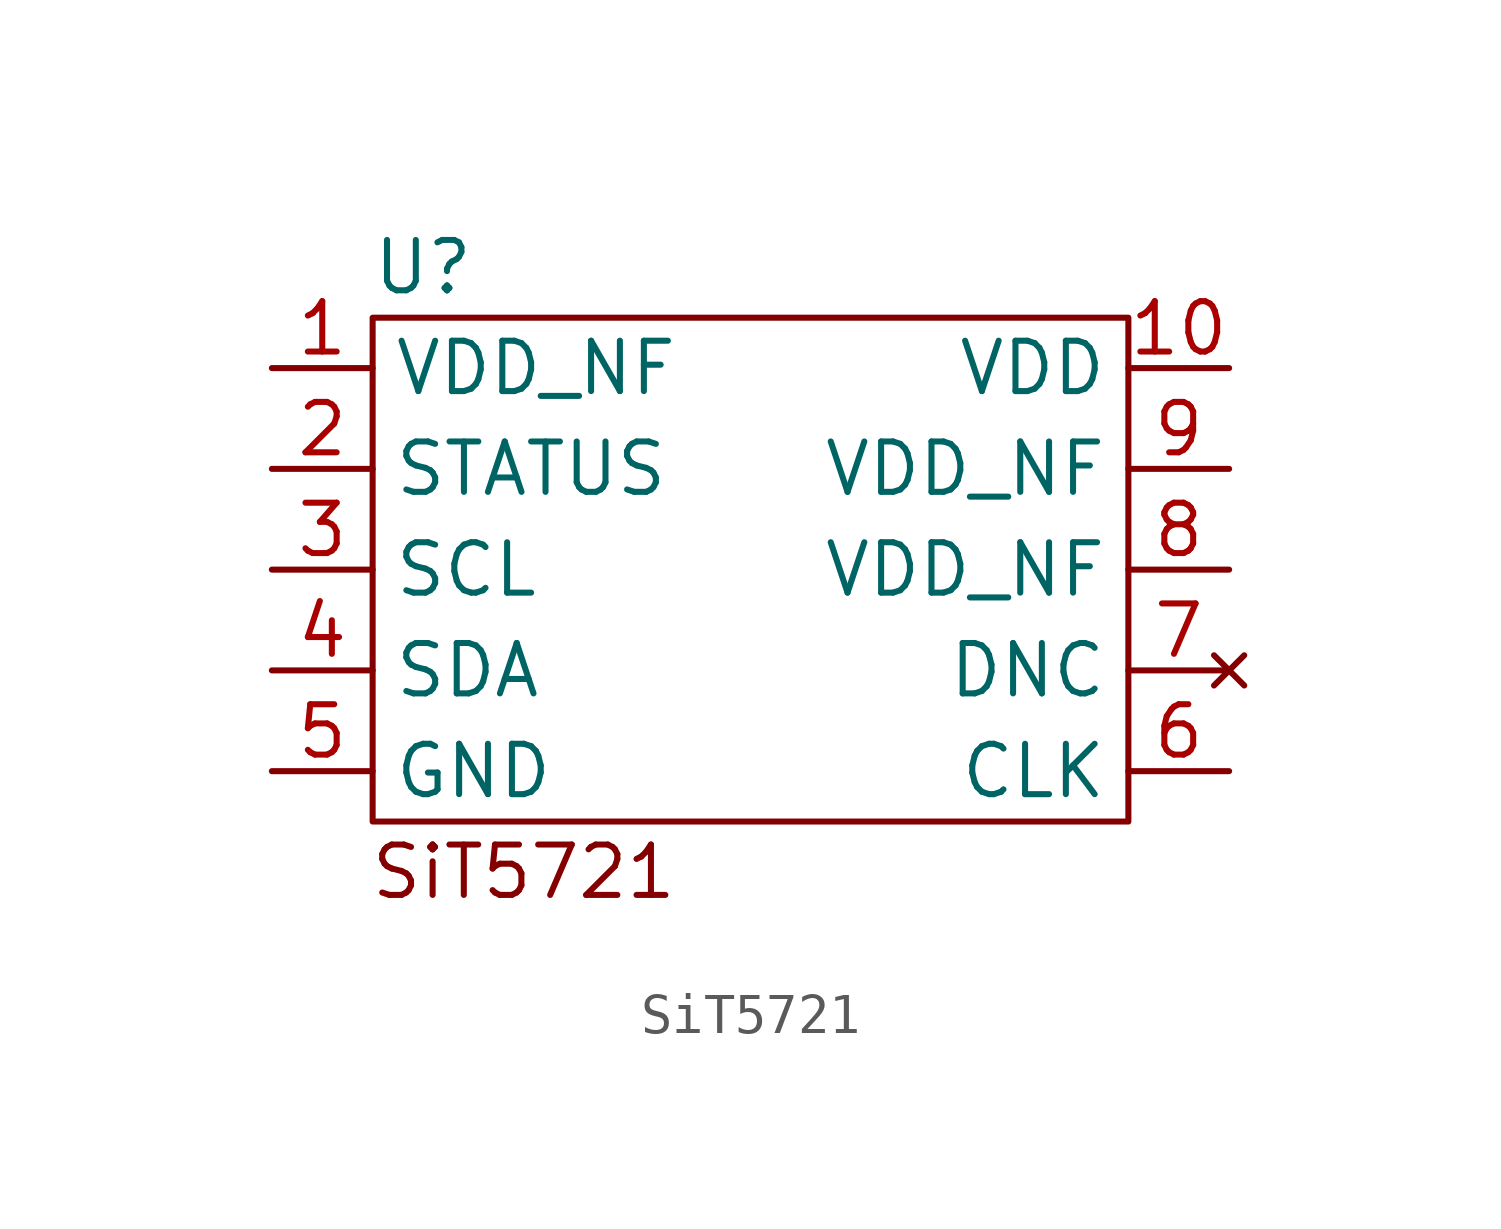
<source format=kicad_sym>
(kicad_symbol_lib
  (version 20220914)
  (generator kicad_symbol_editor)
  (symbol "SiT5721"
    (property "Reference" "U"
      (at -2.54 5.08 0)
      (effects (font (size 1.27 1.27))))
    (property "Value" ""
      (at 0 0 0)
      (effects (font (size 1.27 1.27))))
    (symbol "SiT5721_0_1"
      (rectangle (start -3.81 3.81) (end 15.24 -8.89) (stroke (width 0) (type default)) (fill (type none))))
    (symbol "SiT5721_1_1"
      (text "SiT5721" (at 0 -10.16 0) (effects (font (size 1.27 1.27))))
      (pin input line (at -6.35 2.54 0) (length 2.54) (name "VDD_NF" (effects (font (size 1.27 1.27)))) (number "1" (effects (font (size 1.27 1.27)))))
      (pin power_in line (at 17.78 2.54 180) (length 2.54) (name "VDD" (effects (font (size 1.27 1.27)))) (number "10" (effects (font (size 1.27 1.27)))))
      (pin output line (at -6.35 0 0) (length 2.54) (name "STATUS" (effects (font (size 1.27 1.27)))) (number "2" (effects (font (size 1.27 1.27)))))
      (pin input line (at -6.35 -2.54 0) (length 2.54) (name "SCL" (effects (font (size 1.27 1.27)))) (number "3" (effects (font (size 1.27 1.27)))))
      (pin bidirectional line (at -6.35 -5.08 0) (length 2.54) (name "SDA" (effects (font (size 1.27 1.27)))) (number "4" (effects (font (size 1.27 1.27)))))
      (pin power_in line (at -6.35 -7.62 0) (length 2.54) (name "GND" (effects (font (size 1.27 1.27)))) (number "5" (effects (font (size 1.27 1.27)))))
      (pin output line (at 17.78 -7.62 180) (length 2.54) (name "CLK" (effects (font (size 1.27 1.27)))) (number "6" (effects (font (size 1.27 1.27)))))
      (pin no_connect line (at 17.78 -5.08 180) (length 2.54) (name "DNC" (effects (font (size 1.27 1.27)))) (number "7" (effects (font (size 1.27 1.27)))))
      (pin input line (at 17.78 -2.54 180) (length 2.54) (name "VDD_NF" (effects (font (size 1.27 1.27)))) (number "8" (effects (font (size 1.27 1.27)))))
      (pin input line (at 17.78 0 180) (length 2.54) (name "VDD_NF" (effects (font (size 1.27 1.27)))) (number "9" (effects (font (size 1.27 1.27))))))))
</source>
